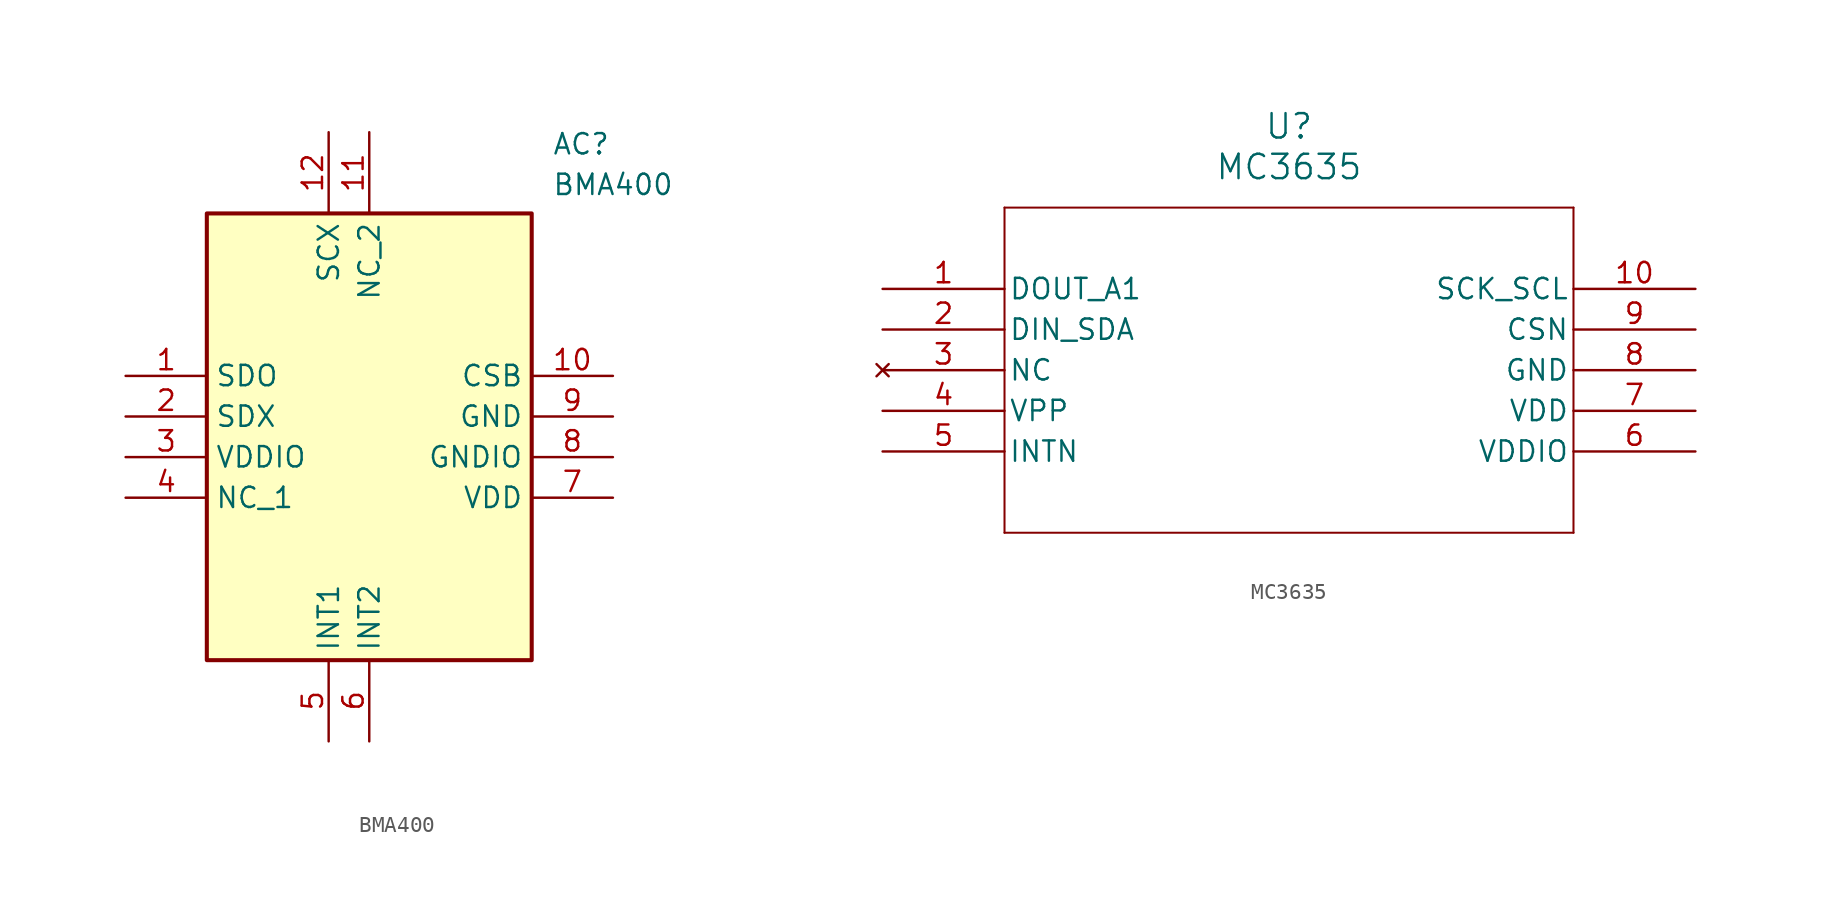
<source format=kicad_sym>
(kicad_symbol_lib
  (version 20220914)
  (generator kicad_symbol_editor)
  (symbol "BMA400"
    (property "Reference" "AC"
      (at 26.67 15.24 0)
      (effects (font (size 1.27 1.27)) (justify left top)))
    (property "Value" "BMA400"
      (at 26.67 12.7 0)
      (effects (font (size 1.27 1.27)) (justify left top)))
    (symbol "BMA400_1_1"
      (rectangle (start 5.08 10.16) (end 25.4 -17.78) (stroke (width 0.254) (type default)) (fill (type background)))
      (pin passive line (at 0 0 0) (length 5.08) (name "SDO" (effects (font (size 1.27 1.27)))) (number "1" (effects (font (size 1.27 1.27)))))
      (pin passive line (at 30.48 0 180) (length 5.08) (name "CSB" (effects (font (size 1.27 1.27)))) (number "10" (effects (font (size 1.27 1.27)))))
      (pin passive line (at 15.24 15.24 270) (length 5.08) (name "NC_2" (effects (font (size 1.27 1.27)))) (number "11" (effects (font (size 1.27 1.27)))))
      (pin passive line (at 12.7 15.24 270) (length 5.08) (name "SCX" (effects (font (size 1.27 1.27)))) (number "12" (effects (font (size 1.27 1.27)))))
      (pin passive line (at 0 -2.54 0) (length 5.08) (name "SDX" (effects (font (size 1.27 1.27)))) (number "2" (effects (font (size 1.27 1.27)))))
      (pin passive line (at 0 -5.08 0) (length 5.08) (name "VDDIO" (effects (font (size 1.27 1.27)))) (number "3" (effects (font (size 1.27 1.27)))))
      (pin passive line (at 0 -7.62 0) (length 5.08) (name "NC_1" (effects (font (size 1.27 1.27)))) (number "4" (effects (font (size 1.27 1.27)))))
      (pin passive line (at 12.7 -22.86 90) (length 5.08) (name "INT1" (effects (font (size 1.27 1.27)))) (number "5" (effects (font (size 1.27 1.27)))))
      (pin passive line (at 15.24 -22.86 90) (length 5.08) (name "INT2" (effects (font (size 1.27 1.27)))) (number "6" (effects (font (size 1.27 1.27)))))
      (pin passive line (at 30.48 -7.62 180) (length 5.08) (name "VDD" (effects (font (size 1.27 1.27)))) (number "7" (effects (font (size 1.27 1.27)))))
      (pin passive line (at 30.48 -5.08 180) (length 5.08) (name "GNDIO" (effects (font (size 1.27 1.27)))) (number "8" (effects (font (size 1.27 1.27)))))
      (pin passive line (at 30.48 -2.54 180) (length 5.08) (name "GND" (effects (font (size 1.27 1.27)))) (number "9" (effects (font (size 1.27 1.27)))))))
  (symbol "MC3635"
    (pin_names
      (offset 0.254))
    (property "Reference" "U"
      (at 25.4 10.16 0)
      (effects (font (size 1.524 1.524))))
    (property "Value" "MC3635"
      (at 25.4 7.62 0)
      (effects (font (size 1.524 1.524))))
    (property "ki_locked" ""
      (at 0 0 0)
      (effects (font (size 1.27 1.27))))
    (symbol "MC3635_0_1"
      (polyline (pts (xy 7.62 -15.24) (xy 43.18 -15.24)) (stroke (width 0.127) (type default)) (fill (type none)))
      (polyline (pts (xy 7.62 5.08) (xy 7.62 -15.24)) (stroke (width 0.127) (type default)) (fill (type none)))
      (polyline (pts (xy 43.18 -15.24) (xy 43.18 5.08)) (stroke (width 0.127) (type default)) (fill (type none)))
      (polyline (pts (xy 43.18 5.08) (xy 7.62 5.08)) (stroke (width 0.127) (type default)) (fill (type none)))
      (pin output line (at 0 0 0) (length 7.62) (name "DOUT_A1" (effects (font (size 1.27 1.27)))) (number "1" (effects (font (size 1.27 1.27)))))
      (pin input line (at 50.8 0 180) (length 7.62) (name "SCK_SCL" (effects (font (size 1.27 1.27)))) (number "10" (effects (font (size 1.27 1.27)))))
      (pin bidirectional line (at 0 -2.54 0) (length 7.62) (name "DIN_SDA" (effects (font (size 1.27 1.27)))) (number "2" (effects (font (size 1.27 1.27)))))
      (pin no_connect line (at 0 -5.08 0) (length 7.62) (name "NC" (effects (font (size 1.27 1.27)))) (number "3" (effects (font (size 1.27 1.27)))))
      (pin power_in line (at 0 -7.62 0) (length 7.62) (name "VPP" (effects (font (size 1.27 1.27)))) (number "4" (effects (font (size 1.27 1.27)))))
      (pin output line (at 0 -10.16 0) (length 7.62) (name "INTN" (effects (font (size 1.27 1.27)))) (number "5" (effects (font (size 1.27 1.27)))))
      (pin power_in line (at 50.8 -10.16 180) (length 7.62) (name "VDDIO" (effects (font (size 1.27 1.27)))) (number "6" (effects (font (size 1.27 1.27)))))
      (pin power_in line (at 50.8 -7.62 180) (length 7.62) (name "VDD" (effects (font (size 1.27 1.27)))) (number "7" (effects (font (size 1.27 1.27)))))
      (pin power_out line (at 50.8 -5.08 180) (length 7.62) (name "GND" (effects (font (size 1.27 1.27)))) (number "8" (effects (font (size 1.27 1.27)))))
      (pin input line (at 50.8 -2.54 180) (length 7.62) (name "CSN" (effects (font (size 1.27 1.27)))) (number "9" (effects (font (size 1.27 1.27))))))))
</source>
